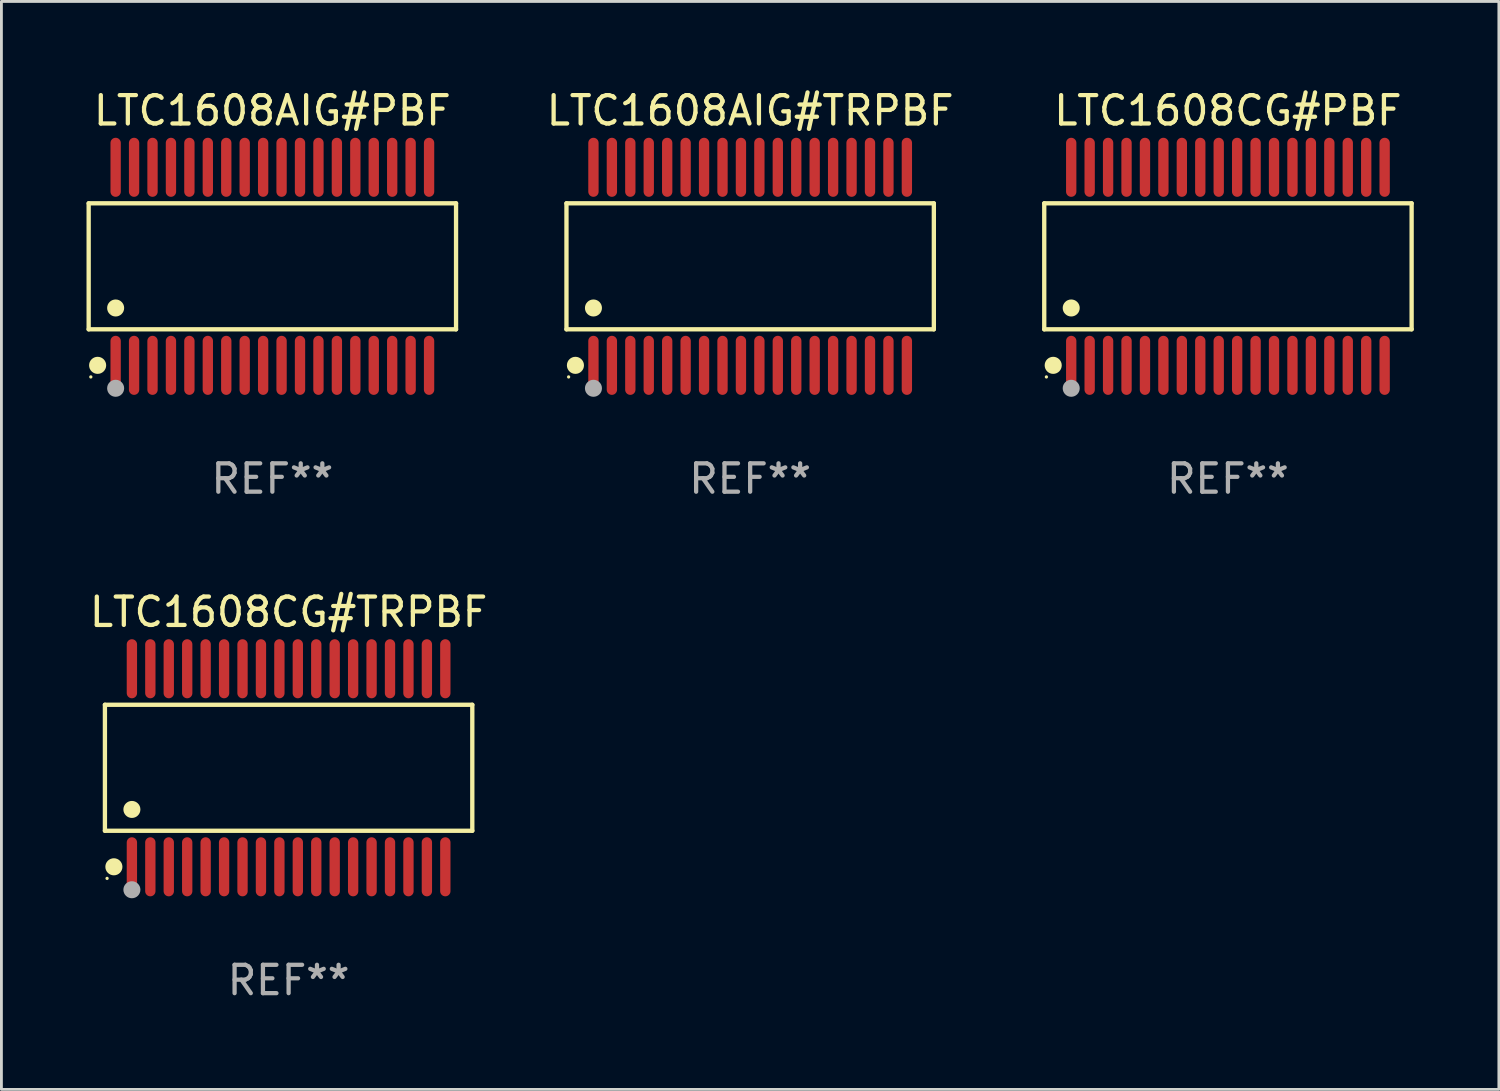
<source format=kicad_pcb>
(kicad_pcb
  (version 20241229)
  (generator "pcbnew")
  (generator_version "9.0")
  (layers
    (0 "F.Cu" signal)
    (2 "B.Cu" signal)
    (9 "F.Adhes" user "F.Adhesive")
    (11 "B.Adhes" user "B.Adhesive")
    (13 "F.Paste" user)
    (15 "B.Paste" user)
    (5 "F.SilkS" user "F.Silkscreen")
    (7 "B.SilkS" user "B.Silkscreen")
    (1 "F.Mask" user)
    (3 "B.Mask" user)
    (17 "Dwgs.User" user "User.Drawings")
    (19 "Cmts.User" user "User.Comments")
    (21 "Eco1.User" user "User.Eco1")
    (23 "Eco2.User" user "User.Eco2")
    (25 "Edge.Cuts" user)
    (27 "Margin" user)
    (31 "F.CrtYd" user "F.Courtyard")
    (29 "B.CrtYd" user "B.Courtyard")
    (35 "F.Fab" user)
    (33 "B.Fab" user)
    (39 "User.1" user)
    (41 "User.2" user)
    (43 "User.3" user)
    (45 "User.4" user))
  (footprint "LTC1608AIG#PBF"
    (layer "F.Cu")
    (at 6.552 6.339)
    (property "Reference" "LTC1608AIG#PBF" (at 0 -5.491 0) (layer "F.SilkS") (effects (font (size 1 1) (thickness 0.15))))
    (attr through_hole)
    (fp_line (start -6.476 -2.221) (end 6.476 -2.221) (stroke (width 0.152) (type solid)) (layer "F.SilkS"))
    (fp_line (start -6.476 2.221) (end -6.476 -2.221) (stroke (width 0.152) (type solid)) (layer "F.SilkS"))
    (fp_line (start 6.476 -2.221) (end 6.476 2.221) (stroke (width 0.152) (type solid)) (layer "F.SilkS"))
    (fp_line (start 6.476 2.221) (end -6.476 2.221) (stroke (width 0.152) (type solid)) (layer "F.SilkS"))
    (fp_circle (center -6.4 3.9) (end -6.37 3.9) (stroke (width 0.06) (type solid)) (fill no) (layer "F.SilkS"))
    (fp_circle (center -6.16 3.491) (end -6.009 3.491) (stroke (width 0.3) (type solid)) (fill no) (layer "F.SilkS"))
    (fp_circle (center -5.525 1.469) (end -5.375 1.469) (stroke (width 0.3) (type solid)) (fill no) (layer "F.SilkS"))
    (fp_circle (center -5.525 4.3) (end -5.375 4.3) (stroke (width 0.3) (type solid)) (fill no) (layer "F.Fab"))
    (fp_text user "REF**" (at 0 7.491 0) (layer "F.Fab") (effects (font (size 1 1) (thickness 0.15))))
    (pad "1" smd oval (at -5.525 3.491) (size 0.364 2.082) (layers "F.Cu" "F.Mask" "F.Paste"))
    (pad "2" smd oval (at -4.875 3.491) (size 0.364 2.082) (layers "F.Cu" "F.Mask" "F.Paste"))
    (pad "3" smd oval (at -4.225 3.491) (size 0.364 2.082) (layers "F.Cu" "F.Mask" "F.Paste"))
    (pad "4" smd oval (at -3.575 3.491) (size 0.364 2.082) (layers "F.Cu" "F.Mask" "F.Paste"))
    (pad "5" smd oval (at -2.925 3.491) (size 0.364 2.082) (layers "F.Cu" "F.Mask" "F.Paste"))
    (pad "6" smd oval (at -2.275 3.491) (size 0.364 2.082) (layers "F.Cu" "F.Mask" "F.Paste"))
    (pad "7" smd oval (at -1.625 3.491) (size 0.364 2.082) (layers "F.Cu" "F.Mask" "F.Paste"))
    (pad "8" smd oval (at -0.975 3.491) (size 0.364 2.082) (layers "F.Cu" "F.Mask" "F.Paste"))
    (pad "9" smd oval (at -0.325 3.491) (size 0.364 2.082) (layers "F.Cu" "F.Mask" "F.Paste"))
    (pad "10" smd oval (at 0.325 3.491) (size 0.364 2.082) (layers "F.Cu" "F.Mask" "F.Paste"))
    (pad "11" smd oval (at 0.975 3.491) (size 0.364 2.082) (layers "F.Cu" "F.Mask" "F.Paste"))
    (pad "12" smd oval (at 1.625 3.491) (size 0.364 2.082) (layers "F.Cu" "F.Mask" "F.Paste"))
    (pad "13" smd oval (at 2.275 3.491) (size 0.364 2.082) (layers "F.Cu" "F.Mask" "F.Paste"))
    (pad "14" smd oval (at 2.925 3.491) (size 0.364 2.082) (layers "F.Cu" "F.Mask" "F.Paste"))
    (pad "15" smd oval (at 3.575 3.491) (size 0.364 2.082) (layers "F.Cu" "F.Mask" "F.Paste"))
    (pad "16" smd oval (at 4.225 3.491) (size 0.364 2.082) (layers "F.Cu" "F.Mask" "F.Paste"))
    (pad "17" smd oval (at 4.875 3.491) (size 0.364 2.082) (layers "F.Cu" "F.Mask" "F.Paste"))
    (pad "18" smd oval (at 5.525 3.491) (size 0.364 2.082) (layers "F.Cu" "F.Mask" "F.Paste"))
    (pad "19" smd oval (at 5.525 -3.491) (size 0.364 2.082) (layers "F.Cu" "F.Mask" "F.Paste"))
    (pad "20" smd oval (at 4.875 -3.491) (size 0.364 2.082) (layers "F.Cu" "F.Mask" "F.Paste"))
    (pad "21" smd oval (at 4.225 -3.491) (size 0.364 2.082) (layers "F.Cu" "F.Mask" "F.Paste"))
    (pad "22" smd oval (at 3.575 -3.491) (size 0.364 2.082) (layers "F.Cu" "F.Mask" "F.Paste"))
    (pad "23" smd oval (at 2.925 -3.491) (size 0.364 2.082) (layers "F.Cu" "F.Mask" "F.Paste"))
    (pad "24" smd oval (at 2.275 -3.491) (size 0.364 2.082) (layers "F.Cu" "F.Mask" "F.Paste"))
    (pad "25" smd oval (at 1.625 -3.491) (size 0.364 2.082) (layers "F.Cu" "F.Mask" "F.Paste"))
    (pad "26" smd oval (at 0.975 -3.491) (size 0.364 2.082) (layers "F.Cu" "F.Mask" "F.Paste"))
    (pad "27" smd oval (at 0.325 -3.491) (size 0.364 2.082) (layers "F.Cu" "F.Mask" "F.Paste"))
    (pad "28" smd oval (at -0.325 -3.491) (size 0.364 2.082) (layers "F.Cu" "F.Mask" "F.Paste"))
    (pad "29" smd oval (at -0.975 -3.491) (size 0.364 2.082) (layers "F.Cu" "F.Mask" "F.Paste"))
    (pad "30" smd oval (at -1.625 -3.491) (size 0.364 2.082) (layers "F.Cu" "F.Mask" "F.Paste"))
    (pad "31" smd oval (at -2.275 -3.491) (size 0.364 2.082) (layers "F.Cu" "F.Mask" "F.Paste"))
    (pad "32" smd oval (at -2.925 -3.491) (size 0.364 2.082) (layers "F.Cu" "F.Mask" "F.Paste"))
    (pad "33" smd oval (at -3.575 -3.491) (size 0.364 2.082) (layers "F.Cu" "F.Mask" "F.Paste"))
    (pad "34" smd oval (at -4.225 -3.491) (size 0.364 2.082) (layers "F.Cu" "F.Mask" "F.Paste"))
    (pad "35" smd oval (at -4.875 -3.491) (size 0.364 2.082) (layers "F.Cu" "F.Mask" "F.Paste"))
    (pad "36" smd oval (at -5.525 -3.491) (size 0.364 2.082) (layers "F.Cu" "F.Mask" "F.Paste")))
  (footprint "LTC1608AIG#TRPBF"
    (layer "F.Cu")
    (at 23.397 6.339)
    (property "Reference" "LTC1608AIG#TRPBF" (at 0 -5.491 0) (layer "F.SilkS") (effects (font (size 1 1) (thickness 0.15))))
    (attr through_hole)
    (fp_line (start -6.476 -2.221) (end 6.476 -2.221) (stroke (width 0.152) (type solid)) (layer "F.SilkS"))
    (fp_line (start -6.476 2.221) (end -6.476 -2.221) (stroke (width 0.152) (type solid)) (layer "F.SilkS"))
    (fp_line (start 6.476 -2.221) (end 6.476 2.221) (stroke (width 0.152) (type solid)) (layer "F.SilkS"))
    (fp_line (start 6.476 2.221) (end -6.476 2.221) (stroke (width 0.152) (type solid)) (layer "F.SilkS"))
    (fp_circle (center -6.4 3.9) (end -6.37 3.9) (stroke (width 0.06) (type solid)) (fill no) (layer "F.SilkS"))
    (fp_circle (center -6.16 3.491) (end -6.009 3.491) (stroke (width 0.3) (type solid)) (fill no) (layer "F.SilkS"))
    (fp_circle (center -5.525 1.469) (end -5.375 1.469) (stroke (width 0.3) (type solid)) (fill no) (layer "F.SilkS"))
    (fp_circle (center -5.525 4.3) (end -5.375 4.3) (stroke (width 0.3) (type solid)) (fill no) (layer "F.Fab"))
    (fp_text user "REF**" (at 0 7.491 0) (layer "F.Fab") (effects (font (size 1 1) (thickness 0.15))))
    (pad "1" smd oval (at -5.525 3.491) (size 0.364 2.082) (layers "F.Cu" "F.Mask" "F.Paste"))
    (pad "2" smd oval (at -4.875 3.491) (size 0.364 2.082) (layers "F.Cu" "F.Mask" "F.Paste"))
    (pad "3" smd oval (at -4.225 3.491) (size 0.364 2.082) (layers "F.Cu" "F.Mask" "F.Paste"))
    (pad "4" smd oval (at -3.575 3.491) (size 0.364 2.082) (layers "F.Cu" "F.Mask" "F.Paste"))
    (pad "5" smd oval (at -2.925 3.491) (size 0.364 2.082) (layers "F.Cu" "F.Mask" "F.Paste"))
    (pad "6" smd oval (at -2.275 3.491) (size 0.364 2.082) (layers "F.Cu" "F.Mask" "F.Paste"))
    (pad "7" smd oval (at -1.625 3.491) (size 0.364 2.082) (layers "F.Cu" "F.Mask" "F.Paste"))
    (pad "8" smd oval (at -0.975 3.491) (size 0.364 2.082) (layers "F.Cu" "F.Mask" "F.Paste"))
    (pad "9" smd oval (at -0.325 3.491) (size 0.364 2.082) (layers "F.Cu" "F.Mask" "F.Paste"))
    (pad "10" smd oval (at 0.325 3.491) (size 0.364 2.082) (layers "F.Cu" "F.Mask" "F.Paste"))
    (pad "11" smd oval (at 0.975 3.491) (size 0.364 2.082) (layers "F.Cu" "F.Mask" "F.Paste"))
    (pad "12" smd oval (at 1.625 3.491) (size 0.364 2.082) (layers "F.Cu" "F.Mask" "F.Paste"))
    (pad "13" smd oval (at 2.275 3.491) (size 0.364 2.082) (layers "F.Cu" "F.Mask" "F.Paste"))
    (pad "14" smd oval (at 2.925 3.491) (size 0.364 2.082) (layers "F.Cu" "F.Mask" "F.Paste"))
    (pad "15" smd oval (at 3.575 3.491) (size 0.364 2.082) (layers "F.Cu" "F.Mask" "F.Paste"))
    (pad "16" smd oval (at 4.225 3.491) (size 0.364 2.082) (layers "F.Cu" "F.Mask" "F.Paste"))
    (pad "17" smd oval (at 4.875 3.491) (size 0.364 2.082) (layers "F.Cu" "F.Mask" "F.Paste"))
    (pad "18" smd oval (at 5.525 3.491) (size 0.364 2.082) (layers "F.Cu" "F.Mask" "F.Paste"))
    (pad "19" smd oval (at 5.525 -3.491) (size 0.364 2.082) (layers "F.Cu" "F.Mask" "F.Paste"))
    (pad "20" smd oval (at 4.875 -3.491) (size 0.364 2.082) (layers "F.Cu" "F.Mask" "F.Paste"))
    (pad "21" smd oval (at 4.225 -3.491) (size 0.364 2.082) (layers "F.Cu" "F.Mask" "F.Paste"))
    (pad "22" smd oval (at 3.575 -3.491) (size 0.364 2.082) (layers "F.Cu" "F.Mask" "F.Paste"))
    (pad "23" smd oval (at 2.925 -3.491) (size 0.364 2.082) (layers "F.Cu" "F.Mask" "F.Paste"))
    (pad "24" smd oval (at 2.275 -3.491) (size 0.364 2.082) (layers "F.Cu" "F.Mask" "F.Paste"))
    (pad "25" smd oval (at 1.625 -3.491) (size 0.364 2.082) (layers "F.Cu" "F.Mask" "F.Paste"))
    (pad "26" smd oval (at 0.975 -3.491) (size 0.364 2.082) (layers "F.Cu" "F.Mask" "F.Paste"))
    (pad "27" smd oval (at 0.325 -3.491) (size 0.364 2.082) (layers "F.Cu" "F.Mask" "F.Paste"))
    (pad "28" smd oval (at -0.325 -3.491) (size 0.364 2.082) (layers "F.Cu" "F.Mask" "F.Paste"))
    (pad "29" smd oval (at -0.975 -3.491) (size 0.364 2.082) (layers "F.Cu" "F.Mask" "F.Paste"))
    (pad "30" smd oval (at -1.625 -3.491) (size 0.364 2.082) (layers "F.Cu" "F.Mask" "F.Paste"))
    (pad "31" smd oval (at -2.275 -3.491) (size 0.364 2.082) (layers "F.Cu" "F.Mask" "F.Paste"))
    (pad "32" smd oval (at -2.925 -3.491) (size 0.364 2.082) (layers "F.Cu" "F.Mask" "F.Paste"))
    (pad "33" smd oval (at -3.575 -3.491) (size 0.364 2.082) (layers "F.Cu" "F.Mask" "F.Paste"))
    (pad "34" smd oval (at -4.225 -3.491) (size 0.364 2.082) (layers "F.Cu" "F.Mask" "F.Paste"))
    (pad "35" smd oval (at -4.875 -3.491) (size 0.364 2.082) (layers "F.Cu" "F.Mask" "F.Paste"))
    (pad "36" smd oval (at -5.525 -3.491) (size 0.364 2.082) (layers "F.Cu" "F.Mask" "F.Paste")))
  (footprint "LTC1608CG#PBF"
    (layer "F.Cu")
    (at 40.241 6.339)
    (property "Reference" "LTC1608CG#PBF" (at 0 -5.491 0) (layer "F.SilkS") (effects (font (size 1 1) (thickness 0.15))))
    (attr through_hole)
    (fp_line (start -6.476 -2.221) (end 6.476 -2.221) (stroke (width 0.152) (type solid)) (layer "F.SilkS"))
    (fp_line (start -6.476 2.221) (end -6.476 -2.221) (stroke (width 0.152) (type solid)) (layer "F.SilkS"))
    (fp_line (start 6.476 -2.221) (end 6.476 2.221) (stroke (width 0.152) (type solid)) (layer "F.SilkS"))
    (fp_line (start 6.476 2.221) (end -6.476 2.221) (stroke (width 0.152) (type solid)) (layer "F.SilkS"))
    (fp_circle (center -6.4 3.9) (end -6.37 3.9) (stroke (width 0.06) (type solid)) (fill no) (layer "F.SilkS"))
    (fp_circle (center -6.16 3.491) (end -6.009 3.491) (stroke (width 0.3) (type solid)) (fill no) (layer "F.SilkS"))
    (fp_circle (center -5.525 1.469) (end -5.375 1.469) (stroke (width 0.3) (type solid)) (fill no) (layer "F.SilkS"))
    (fp_circle (center -5.525 4.3) (end -5.375 4.3) (stroke (width 0.3) (type solid)) (fill no) (layer "F.Fab"))
    (fp_text user "REF**" (at 0 7.491 0) (layer "F.Fab") (effects (font (size 1 1) (thickness 0.15))))
    (pad "1" smd oval (at -5.525 3.491) (size 0.364 2.082) (layers "F.Cu" "F.Mask" "F.Paste"))
    (pad "2" smd oval (at -4.875 3.491) (size 0.364 2.082) (layers "F.Cu" "F.Mask" "F.Paste"))
    (pad "3" smd oval (at -4.225 3.491) (size 0.364 2.082) (layers "F.Cu" "F.Mask" "F.Paste"))
    (pad "4" smd oval (at -3.575 3.491) (size 0.364 2.082) (layers "F.Cu" "F.Mask" "F.Paste"))
    (pad "5" smd oval (at -2.925 3.491) (size 0.364 2.082) (layers "F.Cu" "F.Mask" "F.Paste"))
    (pad "6" smd oval (at -2.275 3.491) (size 0.364 2.082) (layers "F.Cu" "F.Mask" "F.Paste"))
    (pad "7" smd oval (at -1.625 3.491) (size 0.364 2.082) (layers "F.Cu" "F.Mask" "F.Paste"))
    (pad "8" smd oval (at -0.975 3.491) (size 0.364 2.082) (layers "F.Cu" "F.Mask" "F.Paste"))
    (pad "9" smd oval (at -0.325 3.491) (size 0.364 2.082) (layers "F.Cu" "F.Mask" "F.Paste"))
    (pad "10" smd oval (at 0.325 3.491) (size 0.364 2.082) (layers "F.Cu" "F.Mask" "F.Paste"))
    (pad "11" smd oval (at 0.975 3.491) (size 0.364 2.082) (layers "F.Cu" "F.Mask" "F.Paste"))
    (pad "12" smd oval (at 1.625 3.491) (size 0.364 2.082) (layers "F.Cu" "F.Mask" "F.Paste"))
    (pad "13" smd oval (at 2.275 3.491) (size 0.364 2.082) (layers "F.Cu" "F.Mask" "F.Paste"))
    (pad "14" smd oval (at 2.925 3.491) (size 0.364 2.082) (layers "F.Cu" "F.Mask" "F.Paste"))
    (pad "15" smd oval (at 3.575 3.491) (size 0.364 2.082) (layers "F.Cu" "F.Mask" "F.Paste"))
    (pad "16" smd oval (at 4.225 3.491) (size 0.364 2.082) (layers "F.Cu" "F.Mask" "F.Paste"))
    (pad "17" smd oval (at 4.875 3.491) (size 0.364 2.082) (layers "F.Cu" "F.Mask" "F.Paste"))
    (pad "18" smd oval (at 5.525 3.491) (size 0.364 2.082) (layers "F.Cu" "F.Mask" "F.Paste"))
    (pad "19" smd oval (at 5.525 -3.491) (size 0.364 2.082) (layers "F.Cu" "F.Mask" "F.Paste"))
    (pad "20" smd oval (at 4.875 -3.491) (size 0.364 2.082) (layers "F.Cu" "F.Mask" "F.Paste"))
    (pad "21" smd oval (at 4.225 -3.491) (size 0.364 2.082) (layers "F.Cu" "F.Mask" "F.Paste"))
    (pad "22" smd oval (at 3.575 -3.491) (size 0.364 2.082) (layers "F.Cu" "F.Mask" "F.Paste"))
    (pad "23" smd oval (at 2.925 -3.491) (size 0.364 2.082) (layers "F.Cu" "F.Mask" "F.Paste"))
    (pad "24" smd oval (at 2.275 -3.491) (size 0.364 2.082) (layers "F.Cu" "F.Mask" "F.Paste"))
    (pad "25" smd oval (at 1.625 -3.491) (size 0.364 2.082) (layers "F.Cu" "F.Mask" "F.Paste"))
    (pad "26" smd oval (at 0.975 -3.491) (size 0.364 2.082) (layers "F.Cu" "F.Mask" "F.Paste"))
    (pad "27" smd oval (at 0.325 -3.491) (size 0.364 2.082) (layers "F.Cu" "F.Mask" "F.Paste"))
    (pad "28" smd oval (at -0.325 -3.491) (size 0.364 2.082) (layers "F.Cu" "F.Mask" "F.Paste"))
    (pad "29" smd oval (at -0.975 -3.491) (size 0.364 2.082) (layers "F.Cu" "F.Mask" "F.Paste"))
    (pad "30" smd oval (at -1.625 -3.491) (size 0.364 2.082) (layers "F.Cu" "F.Mask" "F.Paste"))
    (pad "31" smd oval (at -2.275 -3.491) (size 0.364 2.082) (layers "F.Cu" "F.Mask" "F.Paste"))
    (pad "32" smd oval (at -2.925 -3.491) (size 0.364 2.082) (layers "F.Cu" "F.Mask" "F.Paste"))
    (pad "33" smd oval (at -3.575 -3.491) (size 0.364 2.082) (layers "F.Cu" "F.Mask" "F.Paste"))
    (pad "34" smd oval (at -4.225 -3.491) (size 0.364 2.082) (layers "F.Cu" "F.Mask" "F.Paste"))
    (pad "35" smd oval (at -4.875 -3.491) (size 0.364 2.082) (layers "F.Cu" "F.Mask" "F.Paste"))
    (pad "36" smd oval (at -5.525 -3.491) (size 0.364 2.082) (layers "F.Cu" "F.Mask" "F.Paste")))
  (footprint "LTC1608CG#TRPBF"
    (layer "F.Cu")
    (at 7.125 24.018)
    (property "Reference" "LTC1608CG#TRPBF" (at 0 -5.491 0) (layer "F.SilkS") (effects (font (size 1 1) (thickness 0.15))))
    (attr through_hole)
    (fp_line (start -6.476 -2.221) (end 6.476 -2.221) (stroke (width 0.152) (type solid)) (layer "F.SilkS"))
    (fp_line (start -6.476 2.221) (end -6.476 -2.221) (stroke (width 0.152) (type solid)) (layer "F.SilkS"))
    (fp_line (start 6.476 -2.221) (end 6.476 2.221) (stroke (width 0.152) (type solid)) (layer "F.SilkS"))
    (fp_line (start 6.476 2.221) (end -6.476 2.221) (stroke (width 0.152) (type solid)) (layer "F.SilkS"))
    (fp_circle (center -6.4 3.9) (end -6.37 3.9) (stroke (width 0.06) (type solid)) (fill no) (layer "F.SilkS"))
    (fp_circle (center -6.16 3.491) (end -6.009 3.491) (stroke (width 0.3) (type solid)) (fill no) (layer "F.SilkS"))
    (fp_circle (center -5.525 1.469) (end -5.375 1.469) (stroke (width 0.3) (type solid)) (fill no) (layer "F.SilkS"))
    (fp_circle (center -5.525 4.3) (end -5.375 4.3) (stroke (width 0.3) (type solid)) (fill no) (layer "F.Fab"))
    (fp_text user "REF**" (at 0 7.491 0) (layer "F.Fab") (effects (font (size 1 1) (thickness 0.15))))
    (pad "1" smd oval (at -5.525 3.491) (size 0.364 2.082) (layers "F.Cu" "F.Mask" "F.Paste"))
    (pad "2" smd oval (at -4.875 3.491) (size 0.364 2.082) (layers "F.Cu" "F.Mask" "F.Paste"))
    (pad "3" smd oval (at -4.225 3.491) (size 0.364 2.082) (layers "F.Cu" "F.Mask" "F.Paste"))
    (pad "4" smd oval (at -3.575 3.491) (size 0.364 2.082) (layers "F.Cu" "F.Mask" "F.Paste"))
    (pad "5" smd oval (at -2.925 3.491) (size 0.364 2.082) (layers "F.Cu" "F.Mask" "F.Paste"))
    (pad "6" smd oval (at -2.275 3.491) (size 0.364 2.082) (layers "F.Cu" "F.Mask" "F.Paste"))
    (pad "7" smd oval (at -1.625 3.491) (size 0.364 2.082) (layers "F.Cu" "F.Mask" "F.Paste"))
    (pad "8" smd oval (at -0.975 3.491) (size 0.364 2.082) (layers "F.Cu" "F.Mask" "F.Paste"))
    (pad "9" smd oval (at -0.325 3.491) (size 0.364 2.082) (layers "F.Cu" "F.Mask" "F.Paste"))
    (pad "10" smd oval (at 0.325 3.491) (size 0.364 2.082) (layers "F.Cu" "F.Mask" "F.Paste"))
    (pad "11" smd oval (at 0.975 3.491) (size 0.364 2.082) (layers "F.Cu" "F.Mask" "F.Paste"))
    (pad "12" smd oval (at 1.625 3.491) (size 0.364 2.082) (layers "F.Cu" "F.Mask" "F.Paste"))
    (pad "13" smd oval (at 2.275 3.491) (size 0.364 2.082) (layers "F.Cu" "F.Mask" "F.Paste"))
    (pad "14" smd oval (at 2.925 3.491) (size 0.364 2.082) (layers "F.Cu" "F.Mask" "F.Paste"))
    (pad "15" smd oval (at 3.575 3.491) (size 0.364 2.082) (layers "F.Cu" "F.Mask" "F.Paste"))
    (pad "16" smd oval (at 4.225 3.491) (size 0.364 2.082) (layers "F.Cu" "F.Mask" "F.Paste"))
    (pad "17" smd oval (at 4.875 3.491) (size 0.364 2.082) (layers "F.Cu" "F.Mask" "F.Paste"))
    (pad "18" smd oval (at 5.525 3.491) (size 0.364 2.082) (layers "F.Cu" "F.Mask" "F.Paste"))
    (pad "19" smd oval (at 5.525 -3.491) (size 0.364 2.082) (layers "F.Cu" "F.Mask" "F.Paste"))
    (pad "20" smd oval (at 4.875 -3.491) (size 0.364 2.082) (layers "F.Cu" "F.Mask" "F.Paste"))
    (pad "21" smd oval (at 4.225 -3.491) (size 0.364 2.082) (layers "F.Cu" "F.Mask" "F.Paste"))
    (pad "22" smd oval (at 3.575 -3.491) (size 0.364 2.082) (layers "F.Cu" "F.Mask" "F.Paste"))
    (pad "23" smd oval (at 2.925 -3.491) (size 0.364 2.082) (layers "F.Cu" "F.Mask" "F.Paste"))
    (pad "24" smd oval (at 2.275 -3.491) (size 0.364 2.082) (layers "F.Cu" "F.Mask" "F.Paste"))
    (pad "25" smd oval (at 1.625 -3.491) (size 0.364 2.082) (layers "F.Cu" "F.Mask" "F.Paste"))
    (pad "26" smd oval (at 0.975 -3.491) (size 0.364 2.082) (layers "F.Cu" "F.Mask" "F.Paste"))
    (pad "27" smd oval (at 0.325 -3.491) (size 0.364 2.082) (layers "F.Cu" "F.Mask" "F.Paste"))
    (pad "28" smd oval (at -0.325 -3.491) (size 0.364 2.082) (layers "F.Cu" "F.Mask" "F.Paste"))
    (pad "29" smd oval (at -0.975 -3.491) (size 0.364 2.082) (layers "F.Cu" "F.Mask" "F.Paste"))
    (pad "30" smd oval (at -1.625 -3.491) (size 0.364 2.082) (layers "F.Cu" "F.Mask" "F.Paste"))
    (pad "31" smd oval (at -2.275 -3.491) (size 0.364 2.082) (layers "F.Cu" "F.Mask" "F.Paste"))
    (pad "32" smd oval (at -2.925 -3.491) (size 0.364 2.082) (layers "F.Cu" "F.Mask" "F.Paste"))
    (pad "33" smd oval (at -3.575 -3.491) (size 0.364 2.082) (layers "F.Cu" "F.Mask" "F.Paste"))
    (pad "34" smd oval (at -4.225 -3.491) (size 0.364 2.082) (layers "F.Cu" "F.Mask" "F.Paste"))
    (pad "35" smd oval (at -4.875 -3.491) (size 0.364 2.082) (layers "F.Cu" "F.Mask" "F.Paste"))
    (pad "36" smd oval (at -5.525 -3.491) (size 0.364 2.082) (layers "F.Cu" "F.Mask" "F.Paste")))
  (gr_rect
    (start -3 -3)
    (end 49.793 35.357)
    (stroke (width 0.1) (type default))
    (fill no)
    (layer "Edge.Cuts")))
</source>
